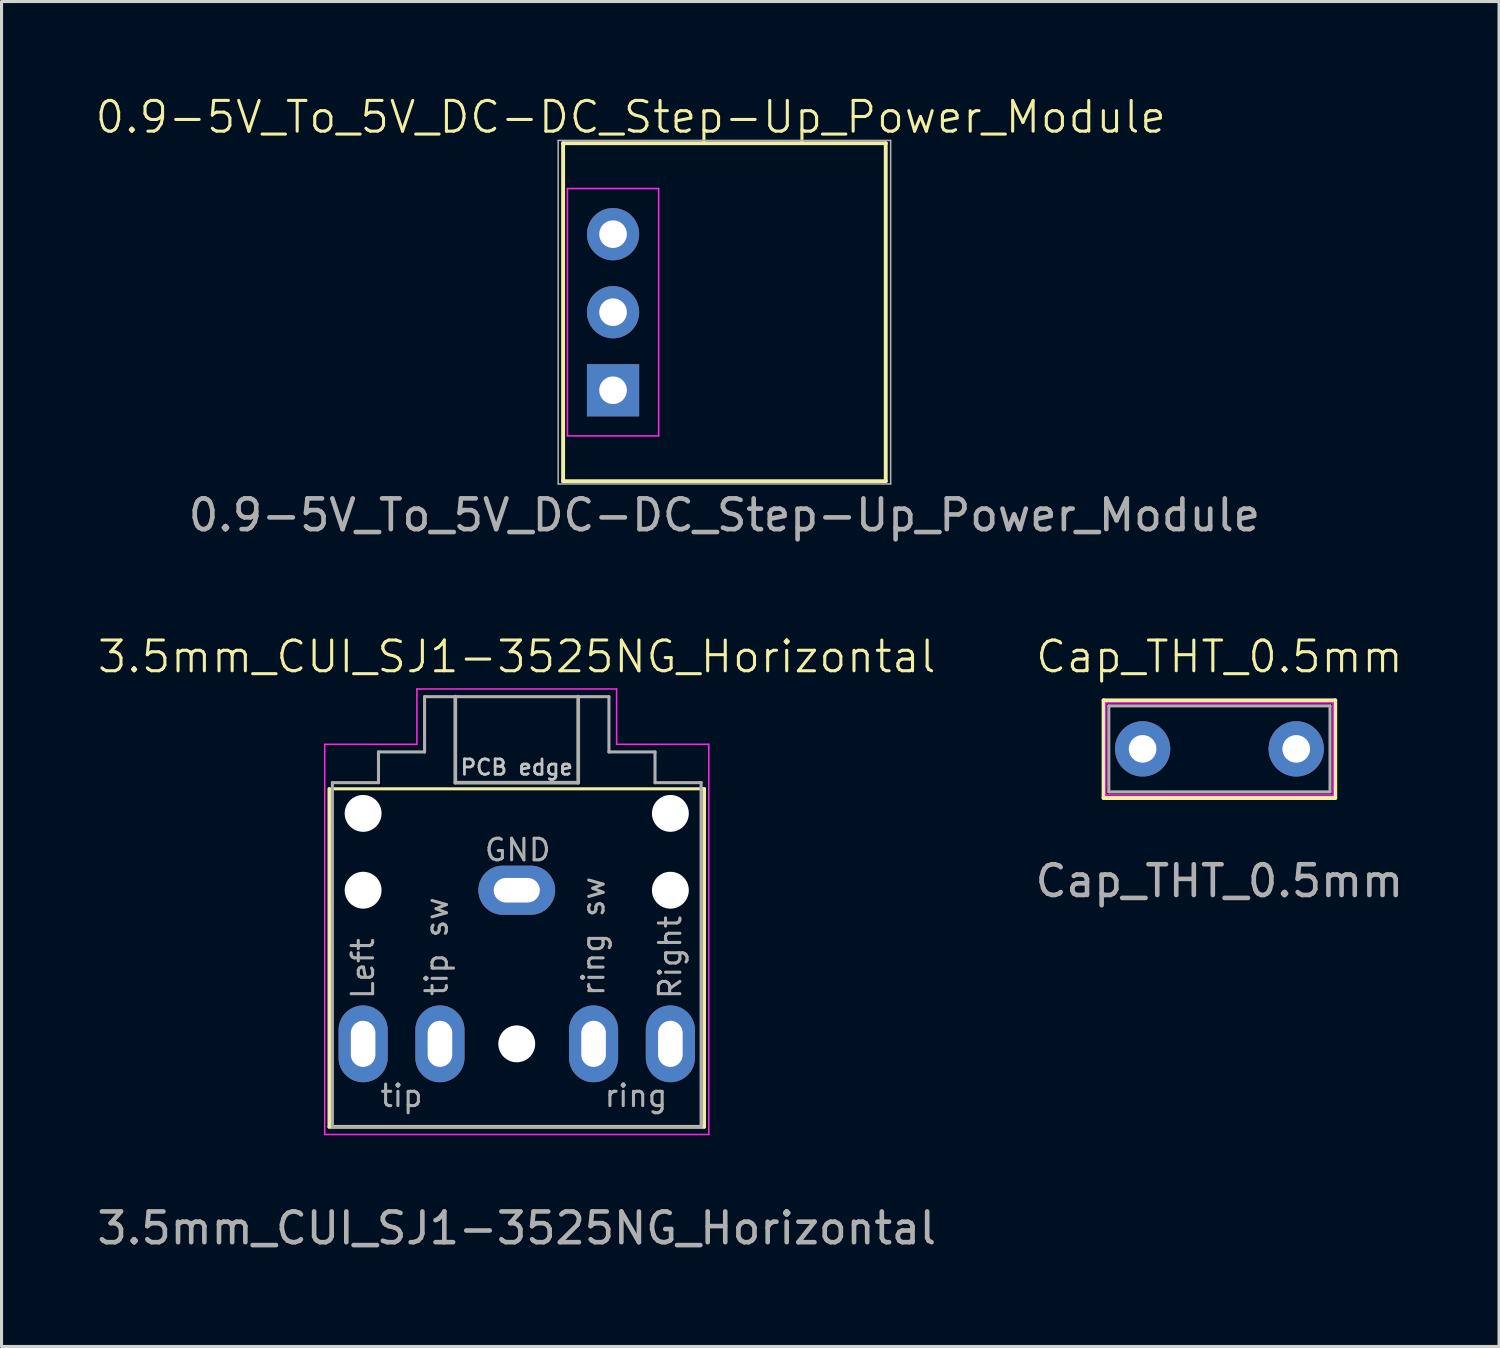
<source format=kicad_pcb>
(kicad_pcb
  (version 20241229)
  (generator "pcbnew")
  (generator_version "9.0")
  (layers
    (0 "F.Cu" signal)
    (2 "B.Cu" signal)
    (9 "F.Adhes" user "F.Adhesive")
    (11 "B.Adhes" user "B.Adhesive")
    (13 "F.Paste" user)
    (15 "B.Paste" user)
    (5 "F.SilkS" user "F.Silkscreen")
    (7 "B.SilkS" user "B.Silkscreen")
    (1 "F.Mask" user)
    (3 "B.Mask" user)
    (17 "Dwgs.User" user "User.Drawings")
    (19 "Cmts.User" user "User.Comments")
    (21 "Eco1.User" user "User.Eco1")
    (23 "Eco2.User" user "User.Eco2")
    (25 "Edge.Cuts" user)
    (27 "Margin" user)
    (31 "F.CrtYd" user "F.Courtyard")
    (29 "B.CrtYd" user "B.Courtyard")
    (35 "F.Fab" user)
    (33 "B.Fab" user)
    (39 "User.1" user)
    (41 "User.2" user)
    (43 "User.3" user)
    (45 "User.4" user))
  (footprint "0.9-5V_To_5V_DC-DC_Step-Up_Power_Module"
    (layer "F.Cu")
    (at 20.527 7.111)
    (property "Reference" "0.9-5V_To_5V_DC-DC_Step-Up_Power_Module" (at -3.048 -6.35 0) (unlocked yes) (layer "F.SilkS") (effects (font (size 1 1) (thickness 0.1))))
    (attr through_hole)
    (fp_line (start -5.25 -5.5) (end 5.25 -5.5) (stroke (width 0.127) (type solid)) (layer "F.SilkS"))
    (fp_line (start -5.25 5.5) (end -5.25 -5.5) (stroke (width 0.127) (type solid)) (layer "F.SilkS"))
    (fp_line (start 5.25 -5.5) (end 5.25 5.5) (stroke (width 0.127) (type solid)) (layer "F.SilkS"))
    (fp_line (start 5.25 5.5) (end -5.25 5.5) (stroke (width 0.127) (type solid)) (layer "F.SilkS"))
    (fp_line (start -5.11 -4.025) (end -2.14 -4.025) (stroke (width 0.05) (type default)) (layer "F.CrtYd"))
    (fp_line (start -5.11 4.025) (end -5.11 -4.025) (stroke (width 0.05) (type default)) (layer "F.CrtYd"))
    (fp_line (start -2.14 -4.025) (end -2.14 4.025) (stroke (width 0.05) (type default)) (layer "F.CrtYd"))
    (fp_line (start -2.14 4.025) (end -5.11 4.025) (stroke (width 0.05) (type default)) (layer "F.CrtYd"))
    (fp_line (start -5.41 -5.59) (end -5.41 5.59) (stroke (width 0.05) (type default)) (layer "F.Fab"))
    (fp_line (start -5.41 -5.59) (end 5.41 -5.59) (stroke (width 0.05) (type default)) (layer "F.Fab"))
    (fp_line (start 5.41 -5.59) (end 5.41 5.59) (stroke (width 0.05) (type default)) (layer "F.Fab"))
    (fp_line (start 5.41 5.59) (end -5.41 5.59) (stroke (width 0.05) (type default)) (layer "F.Fab"))
    (fp_text user "${REFERENCE}" (at 0 6.604 0) (unlocked yes) (layer "F.Fab") (effects (font (size 1 1) (thickness 0.15))))
    (pad "1" thru_hole rect (at -3.625 2.54) (size 1.7 1.7) (drill 0.9) (layers "*.Cu" "*.Mask"))
    (pad "2" thru_hole circle (at -3.625 0) (size 1.7 1.7) (drill 0.9) (layers "*.Cu" "*.Mask"))
    (pad "3" thru_hole circle (at -3.625 -2.54) (size 1.7 1.7) (drill 0.9) (layers "*.Cu" "*.Mask")))
  (footprint "Cap_THT_0.5mm"
    (layer "F.Cu")
    (at 36.637 21.323)
    (property "Reference" "Cap_THT_0.5mm" (at 0 -3 0) (unlocked yes) (layer "F.SilkS") (effects (font (size 1 1) (thickness 0.1))))
    (attr through_hole)
    (fp_line (start -3.77 -1.58) (end 3.77 -1.58) (stroke (width 0.127) (type solid)) (layer "F.SilkS"))
    (fp_line (start -3.77 1.6) (end -3.77 -1.58) (stroke (width 0.127) (type solid)) (layer "F.SilkS"))
    (fp_line (start 3.77 -1.58) (end 3.77 1.6) (stroke (width 0.127) (type solid)) (layer "F.SilkS"))
    (fp_line (start 3.77 1.6) (end -3.77 1.6) (stroke (width 0.127) (type solid)) (layer "F.SilkS"))
    (fp_line (start -3.7 -1.5) (end 3.7 -1.5) (stroke (width 0.05) (type default)) (layer "F.CrtYd"))
    (fp_line (start -3.7 1.5) (end -3.7 -1.5) (stroke (width 0.05) (type default)) (layer "F.CrtYd"))
    (fp_line (start 3.7 -1.5) (end 3.7 1.5) (stroke (width 0.05) (type default)) (layer "F.CrtYd"))
    (fp_line (start 3.7 1.5) (end -3.7 1.5) (stroke (width 0.05) (type default)) (layer "F.CrtYd"))
    (fp_line (start -3.6 -1.4) (end -3.6 1.4) (stroke (width 0.1) (type default)) (layer "F.Fab"))
    (fp_line (start -3.6 1.4) (end 3.6 1.4) (stroke (width 0.1) (type default)) (layer "F.Fab"))
    (fp_line (start 3.6 -1.4) (end -3.6 -1.4) (stroke (width 0.1) (type default)) (layer "F.Fab"))
    (fp_line (start 3.6 1.4) (end 3.6 -1.4) (stroke (width 0.1) (type default)) (layer "F.Fab"))
    (fp_text user "${REFERENCE}" (at 0 4.3 0) (unlocked yes) (layer "F.Fab") (effects (font (size 1 1) (thickness 0.15))))
    (pad "1" thru_hole circle (at -2.5 0) (size 1.8 1.8) (drill 0.9) (layers "*.Cu" "*.Mask"))
    (pad "2" thru_hole circle (at 2.5 0) (size 1.8 1.8) (drill 0.9) (layers "*.Cu" "*.Mask")))
  (footprint "3.5mm_CUI_SJ1-3525NG_Horizontal"
    (layer "F.Cu")
    (at 13.768 27.123)
    (property "Reference" "3.5mm_CUI_SJ1-3525NG_Horizontal" (at 0 -8.8 0) (unlocked yes) (layer "F.SilkS") (effects (font (size 1 1) (thickness 0.1))))
    (attr through_hole)
    (fp_line (start -6.1 6.5) (end -6.1 -4.5) (stroke (width 0.12) (type solid)) (layer "F.SilkS"))
    (fp_line (start 6.1 -4.5) (end -6 -4.5) (stroke (width 0.1) (type default)) (layer "F.SilkS"))
    (fp_line (start 6.1 -4.5) (end 6.1 6.5) (stroke (width 0.12) (type solid)) (layer "F.SilkS"))
    (fp_line (start 6.1 6.5) (end -6.1 6.5) (stroke (width 0.12) (type solid)) (layer "F.SilkS"))
    (fp_line (start -6.25 -5.95) (end -6.25 -5.7) (stroke (width 0.05) (type solid)) (layer "F.CrtYd"))
    (fp_line (start -6.25 -5.7) (end -6.25 6.75) (stroke (width 0.05) (type solid)) (layer "F.CrtYd"))
    (fp_line (start -6.25 6.75) (end 6.25 6.75) (stroke (width 0.05) (type solid)) (layer "F.CrtYd"))
    (fp_line (start -3.25 -7.75) (end -3.25 -5.95) (stroke (width 0.05) (type solid)) (layer "F.CrtYd"))
    (fp_line (start -3.25 -5.95) (end -6.25 -5.95) (stroke (width 0.05) (type solid)) (layer "F.CrtYd"))
    (fp_line (start 3.25 -7.75) (end -3.25 -7.75) (stroke (width 0.05) (type solid)) (layer "F.CrtYd"))
    (fp_line (start 3.25 -5.95) (end 3.25 -7.75) (stroke (width 0.05) (type solid)) (layer "F.CrtYd"))
    (fp_line (start 6.25 -5.95) (end 3.25 -5.95) (stroke (width 0.05) (type solid)) (layer "F.CrtYd"))
    (fp_line (start 6.25 6.75) (end 6.25 -5.95) (stroke (width 0.05) (type solid)) (layer "F.CrtYd"))
    (fp_line (start -6 -4.7) (end -6 6.5) (stroke (width 0.1) (type solid)) (layer "F.Fab"))
    (fp_line (start -4.5 -5.7) (end -4.5 -4.7) (stroke (width 0.1) (type solid)) (layer "F.Fab"))
    (fp_line (start -4.5 -5.7) (end -3 -5.7) (stroke (width 0.1) (type solid)) (layer "F.Fab"))
    (fp_line (start -4.5 -4.7) (end -6 -4.7) (stroke (width 0.1) (type solid)) (layer "F.Fab"))
    (fp_line (start -3 -5.7) (end -3 -7.5) (stroke (width 0.1) (type solid)) (layer "F.Fab"))
    (fp_line (start -2 -7.5) (end -2 -4.7) (stroke (width 0.12) (type solid)) (layer "F.Fab"))
    (fp_line (start -2 -4.7) (end 2 -4.7) (stroke (width 0.12) (type solid)) (layer "F.Fab"))
    (fp_line (start 2 -4.7) (end 2 -7.5) (stroke (width 0.12) (type solid)) (layer "F.Fab"))
    (fp_line (start 3 -7.5) (end -3 -7.5) (stroke (width 0.1) (type solid)) (layer "F.Fab"))
    (fp_line (start 3 -5.7) (end 3 -7.5) (stroke (width 0.1) (type solid)) (layer "F.Fab"))
    (fp_line (start 4.5 -5.7) (end 3 -5.7) (stroke (width 0.1) (type solid)) (layer "F.Fab"))
    (fp_line (start 4.5 -5.7) (end 4.5 -4.7) (stroke (width 0.1) (type solid)) (layer "F.Fab"))
    (fp_line (start 4.5 -4.7) (end 6 -4.7) (stroke (width 0.1) (type solid)) (layer "F.Fab"))
    (fp_line (start 6 -4.7) (end 6 6.5) (stroke (width 0.1) (type solid)) (layer "F.Fab"))
    (fp_line (start 6 6.5) (end -6 6.5) (stroke (width 0.1) (type solid)) (layer "F.Fab"))
    (fp_text user "PCB edge" (at 0 -5.2 0) (unlocked yes) (layer "Dwgs.User") (effects (font (size 0.5 0.5) (thickness 0.09) (bold yes))))
    (fp_text user "Right" (at 5.4 2.4 90) (unlocked yes) (layer "F.Fab") (effects (font (size 0.7 0.7) (thickness 0.1)) (justify left bottom)))
    (fp_text user "Left" (at -4.6 2.4 90) (unlocked yes) (layer "F.Fab") (effects (font (size 0.7 0.7) (thickness 0.1)) (justify left bottom)))
    (fp_text user "GND" (at -1.1 -2.1 0) (unlocked yes) (layer "F.Fab") (effects (font (size 0.7 0.7) (thickness 0.1)) (justify left bottom)))
    (fp_text user "tip" (at -4.5 5.9 0) (unlocked yes) (layer "F.Fab") (effects (font (size 0.7 0.7) (thickness 0.1)) (justify left bottom)))
    (fp_text user "tip sw" (at -2.2 2.3 90) (unlocked yes) (layer "F.Fab") (effects (font (size 0.7 0.7) (thickness 0.1)) (justify left bottom)))
    (fp_text user "ring" (at 2.8 5.9 0) (unlocked yes) (layer "F.Fab") (effects (font (size 0.7 0.7) (thickness 0.1)) (justify left bottom)))
    (fp_text user "ring sw" (at 2.9 2.3 90) (unlocked yes) (layer "F.Fab") (effects (font (size 0.7 0.7) (thickness 0.1)) (justify left bottom)))
    (fp_text user "${REFERENCE}" (at 0 9.8 0) (unlocked yes) (layer "F.Fab") (effects (font (size 1 1) (thickness 0.15))))
    (pad "" np_thru_hole circle (at -5 -3.7 180) (size 1.2 1.2) (drill 1.2) (layers "*.Cu" "*.Mask"))
    (pad "" np_thru_hole circle (at -5 -1.2 180) (size 1.2 1.2) (drill 1.2) (layers "*.Cu" "*.Mask"))
    (pad "" np_thru_hole circle (at 0 3.8 180) (size 1.2 1.2) (drill 1.2) (layers "*.Cu" "*.Mask"))
    (pad "" np_thru_hole circle (at 5 -3.7 180) (size 1.2 1.2) (drill 1.2) (layers "*.Cu" "*.Mask"))
    (pad "" np_thru_hole circle (at 5 -1.2 180) (size 1.2 1.2) (drill 1.2) (layers "*.Cu" "*.Mask"))
    (pad "1" thru_hole oval (at 0 -1.2 180) (size 2.5 1.6) (drill oval 1.5 0.8) (layers "*.Cu" "*.Mask"))
    (pad "2" thru_hole oval (at -5 3.8) (size 1.6 2.5) (drill oval 0.8 1.5) (layers "*.Cu" "*.Mask"))
    (pad "3" thru_hole oval (at 5 3.8 180) (size 1.6 2.5) (drill oval 0.8 1.5) (layers "*.Cu" "*.Mask"))
    (pad "4" thru_hole oval (at -2.5 3.8) (size 1.6 2.5) (drill oval 0.8 1.5) (layers "*.Cu" "*.Mask"))
    (pad "5" thru_hole oval (at 2.5 3.8 180) (size 1.6 2.5) (drill oval 0.8 1.5) (layers "*.Cu" "*.Mask")))
  (gr_rect
    (start -3 -3)
    (end 45.738 40.772)
    (stroke (width 0.1) (type default))
    (fill no)
    (layer "Edge.Cuts")))
</source>
